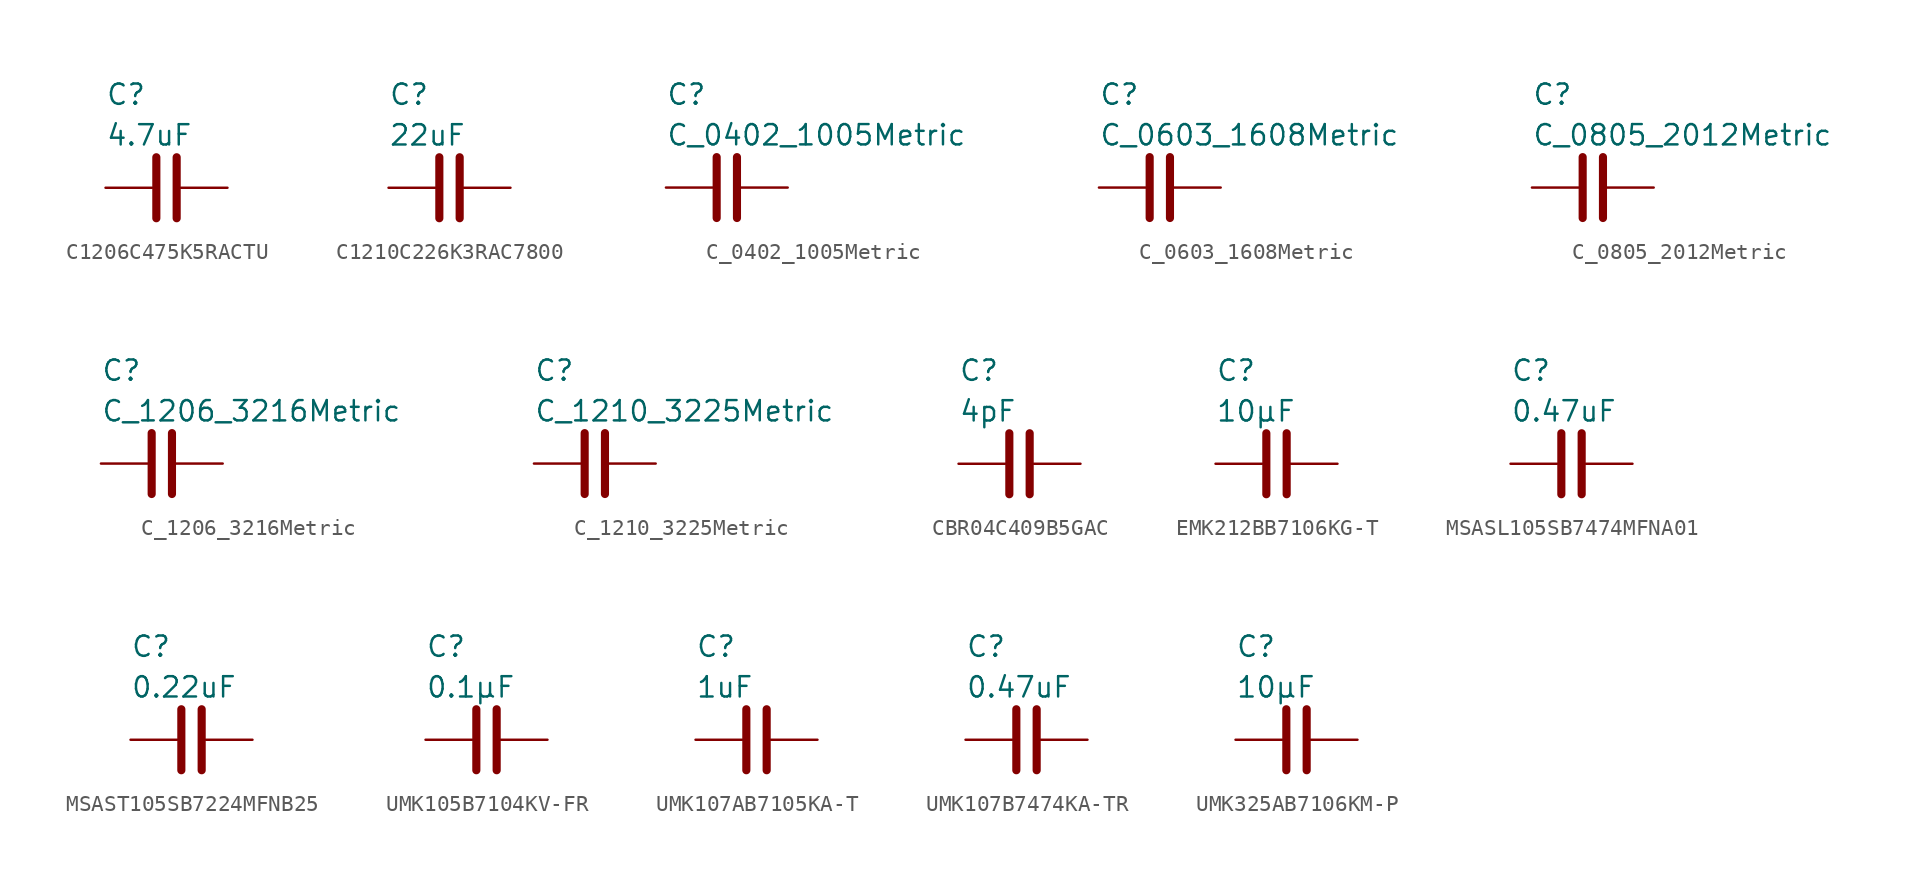
<source format=kicad_sym>
(kicad_symbol_lib
  (version 20231120)
  (generator "kicad_symbol_editor")
  (generator_version "8.0")
  (symbol "C1206C475K5RACTU"
    (pin_numbers hide)
    (pin_names
      (offset 1.016))
    (property "Reference" "C"
      (at -3.81 5.08 0)
      (effects (font (size 1.27 1.27)) (justify left bottom)))
    (property "Value" "4.7uF"
      (at -3.81 2.54 0)
      (effects (font (size 1.27 1.27)) (justify left bottom)))
    (symbol "C1206C475K5RACTU_0_1"
      (polyline (pts (xy -0.635 1.905) (xy -0.635 -1.905)) (stroke (width 0.508) (type solid)) (fill (type none)))
      (polyline (pts (xy 0.635 1.905) (xy 0.635 -1.905)) (stroke (width 0.508) (type solid)) (fill (type none))))
    (symbol "C1206C475K5RACTU_1_1"
      (pin passive line (at -3.81 0 0) (length 2.921) (name "~" (effects (font (size 1.27 1.27)))) (number "1" (effects (font (size 1.27 1.27)))))
      (pin passive line (at 3.81 0 180) (length 2.921) (name "~" (effects (font (size 1.27 1.27)))) (number "2" (effects (font (size 1.27 1.27)))))))
  (symbol "C1210C226K3RAC7800"
    (pin_numbers hide)
    (pin_names
      (offset 1.016))
    (property "Reference" "C"
      (at -3.81 5.08 0)
      (effects (font (size 1.27 1.27)) (justify left bottom)))
    (property "Value" "22uF"
      (at -3.81 2.54 0)
      (effects (font (size 1.27 1.27)) (justify left bottom)))
    (symbol "C1210C226K3RAC7800_0_1"
      (polyline (pts (xy -0.635 1.905) (xy -0.635 -1.905)) (stroke (width 0.508) (type solid)) (fill (type none)))
      (polyline (pts (xy 0.635 1.905) (xy 0.635 -1.905)) (stroke (width 0.508) (type solid)) (fill (type none))))
    (symbol "C1210C226K3RAC7800_1_1"
      (pin passive line (at -3.81 0 0) (length 2.921) (name "~" (effects (font (size 1.27 1.27)))) (number "1" (effects (font (size 1.27 1.27)))))
      (pin passive line (at 3.81 0 180) (length 2.921) (name "~" (effects (font (size 1.27 1.27)))) (number "2" (effects (font (size 1.27 1.27)))))))
  (symbol "C_0402_1005Metric"
    (pin_numbers hide)
    (pin_names
      (offset 1.016))
    (property "Reference" "C"
      (at -3.81 5.08 0)
      (effects (font (size 1.27 1.27)) (justify left bottom)))
    (property "Value" "C_0402_1005Metric"
      (at -3.81 2.54 0)
      (effects (font (size 1.27 1.27)) (justify left bottom)))
    (symbol "C_0402_1005Metric_0_1"
      (polyline (pts (xy -0.635 1.905) (xy -0.635 -1.905)) (stroke (width 0.508) (type solid)) (fill (type none)))
      (polyline (pts (xy 0.635 1.905) (xy 0.635 -1.905)) (stroke (width 0.508) (type solid)) (fill (type none))))
    (symbol "C_0402_1005Metric_1_1"
      (pin passive line (at -3.81 0 0) (length 2.921) (name "~" (effects (font (size 1.27 1.27)))) (number "1" (effects (font (size 1.27 1.27)))))
      (pin passive line (at 3.81 0 180) (length 2.921) (name "~" (effects (font (size 1.27 1.27)))) (number "2" (effects (font (size 1.27 1.27)))))))
  (symbol "C_0603_1608Metric"
    (pin_numbers hide)
    (pin_names
      (offset 1.016))
    (property "Reference" "C"
      (at -3.81 5.08 0)
      (effects (font (size 1.27 1.27)) (justify left bottom)))
    (property "Value" "C_0603_1608Metric"
      (at -3.81 2.54 0)
      (effects (font (size 1.27 1.27)) (justify left bottom)))
    (symbol "C_0603_1608Metric_0_1"
      (polyline (pts (xy -0.635 1.905) (xy -0.635 -1.905)) (stroke (width 0.508) (type solid)) (fill (type none)))
      (polyline (pts (xy 0.635 1.905) (xy 0.635 -1.905)) (stroke (width 0.508) (type solid)) (fill (type none))))
    (symbol "C_0603_1608Metric_1_1"
      (pin passive line (at -3.81 0 0) (length 2.921) (name "~" (effects (font (size 1.27 1.27)))) (number "1" (effects (font (size 1.27 1.27)))))
      (pin passive line (at 3.81 0 180) (length 2.921) (name "~" (effects (font (size 1.27 1.27)))) (number "2" (effects (font (size 1.27 1.27)))))))
  (symbol "C_0805_2012Metric"
    (pin_numbers hide)
    (pin_names
      (offset 1.016))
    (property "Reference" "C"
      (at -3.81 5.08 0)
      (effects (font (size 1.27 1.27)) (justify left bottom)))
    (property "Value" "C_0805_2012Metric"
      (at -3.81 2.54 0)
      (effects (font (size 1.27 1.27)) (justify left bottom)))
    (symbol "C_0805_2012Metric_0_1"
      (polyline (pts (xy -0.635 1.905) (xy -0.635 -1.905)) (stroke (width 0.508) (type solid)) (fill (type none)))
      (polyline (pts (xy 0.635 1.905) (xy 0.635 -1.905)) (stroke (width 0.508) (type solid)) (fill (type none))))
    (symbol "C_0805_2012Metric_1_1"
      (pin passive line (at -3.81 0 0) (length 2.921) (name "~" (effects (font (size 1.27 1.27)))) (number "1" (effects (font (size 1.27 1.27)))))
      (pin passive line (at 3.81 0 180) (length 2.921) (name "~" (effects (font (size 1.27 1.27)))) (number "2" (effects (font (size 1.27 1.27)))))))
  (symbol "C_1206_3216Metric"
    (pin_numbers hide)
    (pin_names
      (offset 1.016))
    (property "Reference" "C"
      (at -3.81 5.08 0)
      (effects (font (size 1.27 1.27)) (justify left bottom)))
    (property "Value" "C_1206_3216Metric"
      (at -3.81 2.54 0)
      (effects (font (size 1.27 1.27)) (justify left bottom)))
    (symbol "C_1206_3216Metric_0_1"
      (polyline (pts (xy -0.635 1.905) (xy -0.635 -1.905)) (stroke (width 0.508) (type solid)) (fill (type none)))
      (polyline (pts (xy 0.635 1.905) (xy 0.635 -1.905)) (stroke (width 0.508) (type solid)) (fill (type none))))
    (symbol "C_1206_3216Metric_1_1"
      (pin passive line (at -3.81 0 0) (length 2.921) (name "~" (effects (font (size 1.27 1.27)))) (number "1" (effects (font (size 1.27 1.27)))))
      (pin passive line (at 3.81 0 180) (length 2.921) (name "~" (effects (font (size 1.27 1.27)))) (number "2" (effects (font (size 1.27 1.27)))))))
  (symbol "C_1210_3225Metric"
    (pin_numbers hide)
    (pin_names
      (offset 1.016))
    (property "Reference" "C"
      (at -3.81 5.08 0)
      (effects (font (size 1.27 1.27)) (justify left bottom)))
    (property "Value" "C_1210_3225Metric"
      (at -3.81 2.54 0)
      (effects (font (size 1.27 1.27)) (justify left bottom)))
    (symbol "C_1210_3225Metric_0_1"
      (polyline (pts (xy -0.635 1.905) (xy -0.635 -1.905)) (stroke (width 0.508) (type solid)) (fill (type none)))
      (polyline (pts (xy 0.635 1.905) (xy 0.635 -1.905)) (stroke (width 0.508) (type solid)) (fill (type none))))
    (symbol "C_1210_3225Metric_1_1"
      (pin passive line (at -3.81 0 0) (length 2.921) (name "~" (effects (font (size 1.27 1.27)))) (number "1" (effects (font (size 1.27 1.27)))))
      (pin passive line (at 3.81 0 180) (length 2.921) (name "~" (effects (font (size 1.27 1.27)))) (number "2" (effects (font (size 1.27 1.27)))))))
  (symbol "CBR04C409B5GAC"
    (pin_numbers hide)
    (pin_names
      (offset 1.016))
    (property "Reference" "C"
      (at -3.81 5.08 0)
      (effects (font (size 1.27 1.27)) (justify left bottom)))
    (property "Value" "4pF"
      (at -3.81 2.54 0)
      (effects (font (size 1.27 1.27)) (justify left bottom)))
    (symbol "CBR04C409B5GAC_0_1"
      (polyline (pts (xy -0.635 1.905) (xy -0.635 -1.905)) (stroke (width 0.508) (type solid)) (fill (type none)))
      (polyline (pts (xy 0.635 1.905) (xy 0.635 -1.905)) (stroke (width 0.508) (type solid)) (fill (type none))))
    (symbol "CBR04C409B5GAC_1_1"
      (pin passive line (at -3.81 0 0) (length 2.921) (name "~" (effects (font (size 1.27 1.27)))) (number "1" (effects (font (size 1.27 1.27)))))
      (pin passive line (at 3.81 0 180) (length 2.921) (name "~" (effects (font (size 1.27 1.27)))) (number "2" (effects (font (size 1.27 1.27)))))))
  (symbol "EMK212BB7106KG-T"
    (pin_numbers hide)
    (pin_names
      (offset 1.016))
    (property "Reference" "C"
      (at -3.81 5.08 0)
      (effects (font (size 1.27 1.27)) (justify left bottom)))
    (property "Value" "10µF"
      (at -3.81 2.54 0)
      (effects (font (size 1.27 1.27)) (justify left bottom)))
    (symbol "EMK212BB7106KG-T_0_1"
      (polyline (pts (xy -0.635 1.905) (xy -0.635 -1.905)) (stroke (width 0.508) (type solid)) (fill (type none)))
      (polyline (pts (xy 0.635 1.905) (xy 0.635 -1.905)) (stroke (width 0.508) (type solid)) (fill (type none))))
    (symbol "EMK212BB7106KG-T_1_1"
      (pin passive line (at -3.81 0 0) (length 2.921) (name "~" (effects (font (size 1.27 1.27)))) (number "1" (effects (font (size 1.27 1.27)))))
      (pin passive line (at 3.81 0 180) (length 2.921) (name "~" (effects (font (size 1.27 1.27)))) (number "2" (effects (font (size 1.27 1.27)))))))
  (symbol "MSASL105SB7474MFNA01"
    (pin_numbers hide)
    (pin_names
      (offset 1.016))
    (property "Reference" "C"
      (at -3.81 5.08 0)
      (effects (font (size 1.27 1.27)) (justify left bottom)))
    (property "Value" "0.47uF"
      (at -3.81 2.54 0)
      (effects (font (size 1.27 1.27)) (justify left bottom)))
    (symbol "MSASL105SB7474MFNA01_0_1"
      (polyline (pts (xy -0.635 1.905) (xy -0.635 -1.905)) (stroke (width 0.508) (type solid)) (fill (type none)))
      (polyline (pts (xy 0.635 1.905) (xy 0.635 -1.905)) (stroke (width 0.508) (type solid)) (fill (type none))))
    (symbol "MSASL105SB7474MFNA01_1_1"
      (pin passive line (at -3.81 0 0) (length 2.921) (name "~" (effects (font (size 1.27 1.27)))) (number "1" (effects (font (size 1.27 1.27)))))
      (pin passive line (at 3.81 0 180) (length 2.921) (name "~" (effects (font (size 1.27 1.27)))) (number "2" (effects (font (size 1.27 1.27)))))))
  (symbol "MSAST105SB7224MFNB25"
    (pin_numbers hide)
    (pin_names
      (offset 1.016))
    (property "Reference" "C"
      (at -3.81 5.08 0)
      (effects (font (size 1.27 1.27)) (justify left bottom)))
    (property "Value" "0.22uF"
      (at -3.81 2.54 0)
      (effects (font (size 1.27 1.27)) (justify left bottom)))
    (symbol "MSAST105SB7224MFNB25_0_1"
      (polyline (pts (xy -0.635 1.905) (xy -0.635 -1.905)) (stroke (width 0.508) (type solid)) (fill (type none)))
      (polyline (pts (xy 0.635 1.905) (xy 0.635 -1.905)) (stroke (width 0.508) (type solid)) (fill (type none))))
    (symbol "MSAST105SB7224MFNB25_1_1"
      (pin passive line (at -3.81 0 0) (length 2.921) (name "~" (effects (font (size 1.27 1.27)))) (number "1" (effects (font (size 1.27 1.27)))))
      (pin passive line (at 3.81 0 180) (length 2.921) (name "~" (effects (font (size 1.27 1.27)))) (number "2" (effects (font (size 1.27 1.27)))))))
  (symbol "UMK105B7104KV-FR"
    (pin_numbers hide)
    (pin_names
      (offset 1.016))
    (property "Reference" "C"
      (at -3.81 5.08 0)
      (effects (font (size 1.27 1.27)) (justify left bottom)))
    (property "Value" "0.1µF"
      (at -3.81 2.54 0)
      (effects (font (size 1.27 1.27)) (justify left bottom)))
    (symbol "UMK105B7104KV-FR_0_1"
      (polyline (pts (xy -0.635 1.905) (xy -0.635 -1.905)) (stroke (width 0.508) (type solid)) (fill (type none)))
      (polyline (pts (xy 0.635 1.905) (xy 0.635 -1.905)) (stroke (width 0.508) (type solid)) (fill (type none))))
    (symbol "UMK105B7104KV-FR_1_1"
      (pin passive line (at -3.81 0 0) (length 2.921) (name "~" (effects (font (size 1.27 1.27)))) (number "1" (effects (font (size 1.27 1.27)))))
      (pin passive line (at 3.81 0 180) (length 2.921) (name "~" (effects (font (size 1.27 1.27)))) (number "2" (effects (font (size 1.27 1.27)))))))
  (symbol "UMK107AB7105KA-T"
    (pin_numbers hide)
    (pin_names
      (offset 1.016))
    (property "Reference" "C"
      (at -3.81 5.08 0)
      (effects (font (size 1.27 1.27)) (justify left bottom)))
    (property "Value" "1uF"
      (at -3.81 2.54 0)
      (effects (font (size 1.27 1.27)) (justify left bottom)))
    (symbol "UMK107AB7105KA-T_0_1"
      (polyline (pts (xy -0.635 1.905) (xy -0.635 -1.905)) (stroke (width 0.508) (type solid)) (fill (type none)))
      (polyline (pts (xy 0.635 1.905) (xy 0.635 -1.905)) (stroke (width 0.508) (type solid)) (fill (type none))))
    (symbol "UMK107AB7105KA-T_1_1"
      (pin passive line (at -3.81 0 0) (length 2.921) (name "~" (effects (font (size 1.27 1.27)))) (number "1" (effects (font (size 1.27 1.27)))))
      (pin passive line (at 3.81 0 180) (length 2.921) (name "~" (effects (font (size 1.27 1.27)))) (number "2" (effects (font (size 1.27 1.27)))))))
  (symbol "UMK107B7474KA-TR"
    (pin_numbers hide)
    (pin_names
      (offset 1.016))
    (property "Reference" "C"
      (at -3.81 5.08 0)
      (effects (font (size 1.27 1.27)) (justify left bottom)))
    (property "Value" "0.47uF"
      (at -3.81 2.54 0)
      (effects (font (size 1.27 1.27)) (justify left bottom)))
    (symbol "UMK107B7474KA-TR_0_1"
      (polyline (pts (xy -0.635 1.905) (xy -0.635 -1.905)) (stroke (width 0.508) (type solid)) (fill (type none)))
      (polyline (pts (xy 0.635 1.905) (xy 0.635 -1.905)) (stroke (width 0.508) (type solid)) (fill (type none))))
    (symbol "UMK107B7474KA-TR_1_1"
      (pin passive line (at -3.81 0 0) (length 2.921) (name "~" (effects (font (size 1.27 1.27)))) (number "1" (effects (font (size 1.27 1.27)))))
      (pin passive line (at 3.81 0 180) (length 2.921) (name "~" (effects (font (size 1.27 1.27)))) (number "2" (effects (font (size 1.27 1.27)))))))
  (symbol "UMK325AB7106KM-P"
    (pin_numbers hide)
    (pin_names
      (offset 1.016))
    (property "Reference" "C"
      (at -3.81 5.08 0)
      (effects (font (size 1.27 1.27)) (justify left bottom)))
    (property "Value" "10µF"
      (at -3.81 2.54 0)
      (effects (font (size 1.27 1.27)) (justify left bottom)))
    (symbol "UMK325AB7106KM-P_0_1"
      (polyline (pts (xy -0.635 1.905) (xy -0.635 -1.905)) (stroke (width 0.508) (type solid)) (fill (type none)))
      (polyline (pts (xy 0.635 1.905) (xy 0.635 -1.905)) (stroke (width 0.508) (type solid)) (fill (type none))))
    (symbol "UMK325AB7106KM-P_1_1"
      (pin passive line (at -3.81 0 0) (length 2.921) (name "~" (effects (font (size 1.27 1.27)))) (number "1" (effects (font (size 1.27 1.27)))))
      (pin passive line (at 3.81 0 180) (length 2.921) (name "~" (effects (font (size 1.27 1.27)))) (number "2" (effects (font (size 1.27 1.27))))))))
</source>
